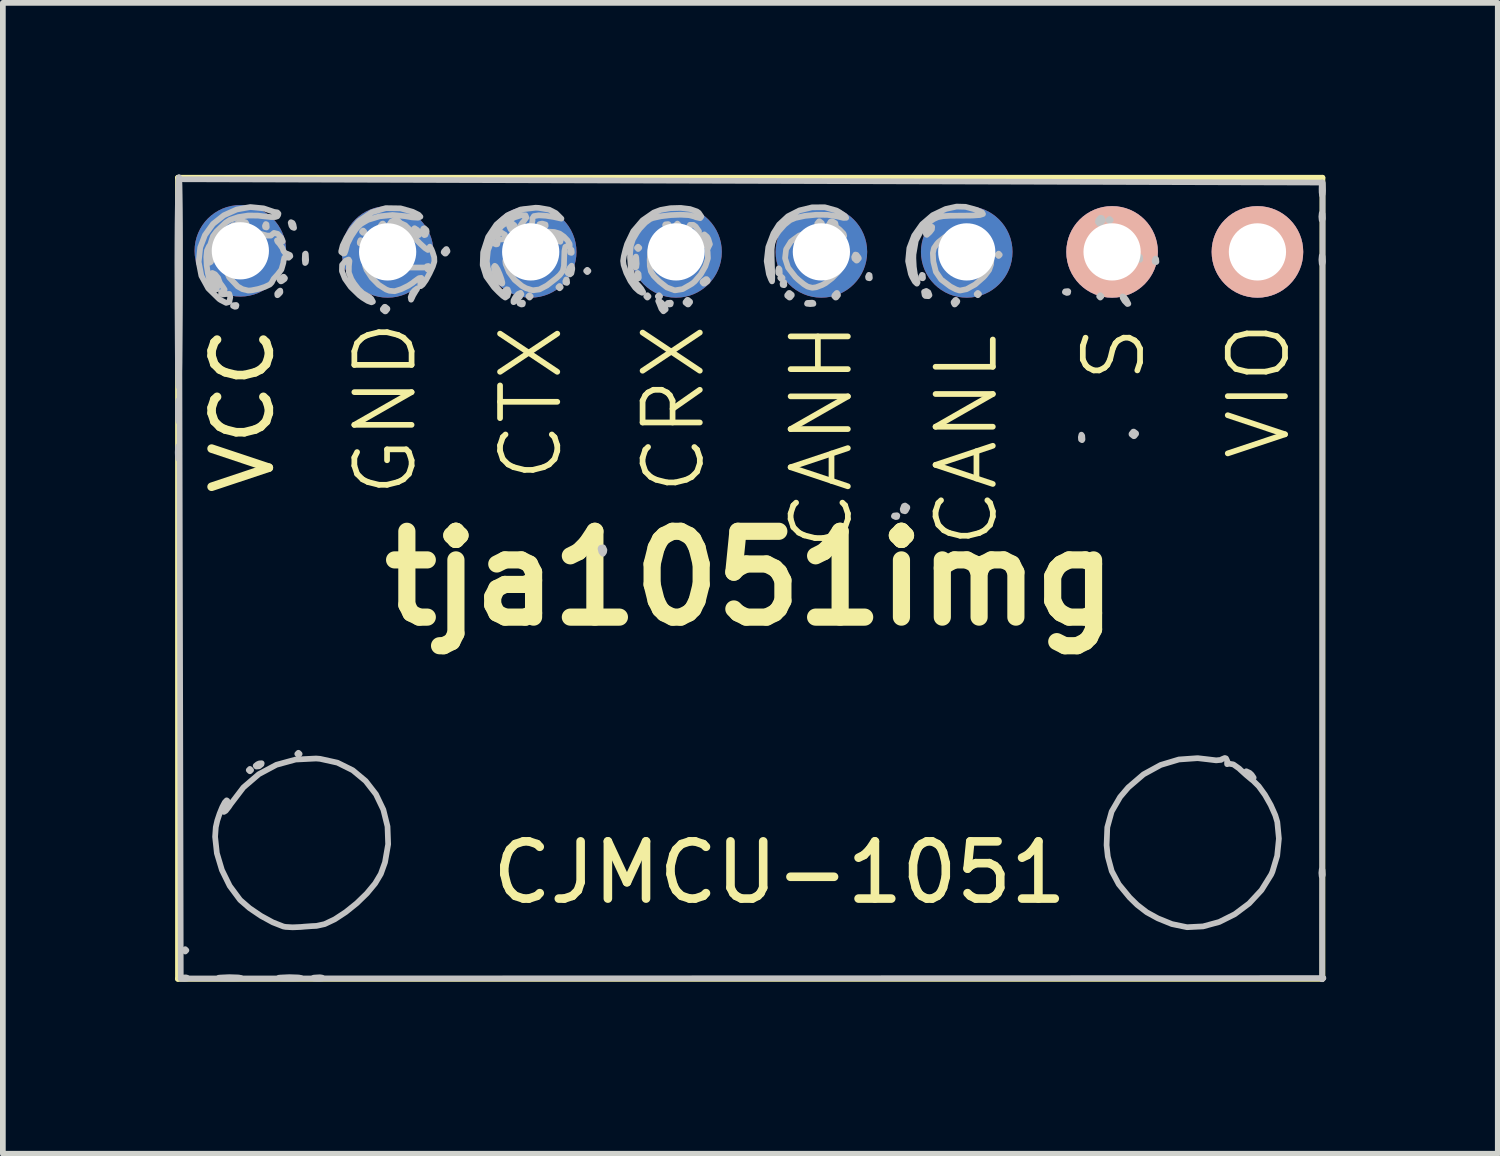
<source format=kicad_pcb>
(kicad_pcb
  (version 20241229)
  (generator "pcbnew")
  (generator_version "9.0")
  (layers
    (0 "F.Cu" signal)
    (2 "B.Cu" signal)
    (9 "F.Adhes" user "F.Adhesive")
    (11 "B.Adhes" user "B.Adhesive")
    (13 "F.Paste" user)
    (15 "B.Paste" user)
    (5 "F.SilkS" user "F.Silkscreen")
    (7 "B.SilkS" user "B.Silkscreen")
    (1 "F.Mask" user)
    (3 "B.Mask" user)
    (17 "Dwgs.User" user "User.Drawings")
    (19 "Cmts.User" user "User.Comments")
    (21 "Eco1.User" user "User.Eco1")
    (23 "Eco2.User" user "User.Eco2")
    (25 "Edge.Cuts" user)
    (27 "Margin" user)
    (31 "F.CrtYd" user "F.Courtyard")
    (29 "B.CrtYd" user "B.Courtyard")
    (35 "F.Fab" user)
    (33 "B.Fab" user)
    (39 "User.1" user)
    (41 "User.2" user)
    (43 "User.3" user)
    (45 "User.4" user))
  (footprint "tja1051img"
    (layer "F.Cu")
    (at 10.06 7.056)
    (property "Reference" "tja1051img" (at 0 0 0) (layer "F.SilkS") (effects (font (size 1.5 1.5) (thickness 0.3))))
    (attr board_only exclude_from_pos_files exclude_from_bom)
    (fp_line (start -10 -7) (end 10 -7) (stroke (width 0.1) (type default)) (layer "F.SilkS"))
    (fp_line (start -10 7) (end -10 -7) (stroke (width 0.1) (type default)) (layer "F.SilkS"))
    (fp_line (start 10 -7) (end 10 7) (stroke (width 0.1) (type default)) (layer "F.SilkS"))
    (fp_line (start 10 7) (end -10 7) (stroke (width 0.1) (type default)) (layer "F.SilkS"))
    (fp_line (start -9.951 6.993) (end -9.982 -7.006) (stroke (width 0.1) (type default)) (layer "Dwgs.User"))
    (fp_line (start 9.996 -6.916) (end -9.988 -6.974) (stroke (width 0.1) (type default)) (layer "Dwgs.User"))
    (fp_line (start 10.003 -6.916) (end 9.994 7.006) (stroke (width 0.1) (type default)) (layer "Dwgs.User"))
    (fp_line (start 10.015 6.986) (end -9.951 6.993) (stroke (width 0.1) (type default)) (layer "Dwgs.User"))
    (fp_poly (pts (xy -9.853 6.501) (xy -9.873 6.522) (xy -9.893 6.501) (xy -9.873 6.481)) (stroke (width 0.1) (type solid)) (fill no) (layer "Dwgs.User"))
    (fp_poly (pts (xy -8.722 3.352) (xy -8.743 3.372) (xy -8.763 3.352) (xy -8.743 3.331)) (stroke (width 0.1) (type solid)) (fill no) (layer "Dwgs.User"))
    (fp_poly (pts (xy -7.874 3.069) (xy -7.895 3.089) (xy -7.915 3.069) (xy -7.895 3.049)) (stroke (width 0.1) (type solid)) (fill no) (layer "Dwgs.User"))
    (fp_poly (pts (xy -6.744 -6.057) (xy -6.764 -6.037) (xy -6.784 -6.057) (xy -6.764 -6.077)) (stroke (width 0.1) (type solid)) (fill no) (layer "Dwgs.User"))
    (fp_poly (pts (xy -3.836 -4.927) (xy -3.856 -4.906) (xy -3.877 -4.927) (xy -3.856 -4.947)) (stroke (width 0.1) (type solid)) (fill no) (layer "Dwgs.User"))
    (fp_poly (pts (xy -3.311 -5.088) (xy -3.331 -5.068) (xy -3.352 -5.088) (xy -3.331 -5.108)) (stroke (width 0.1) (type solid)) (fill no) (layer "Dwgs.User"))
    (fp_poly (pts (xy -2.827 -5.371) (xy -2.847 -5.351) (xy -2.867 -5.371) (xy -2.847 -5.391)) (stroke (width 0.1) (type solid)) (fill no) (layer "Dwgs.User"))
    (fp_poly (pts (xy -1.938 -5.775) (xy -1.959 -5.754) (xy -1.979 -5.775) (xy -1.959 -5.795)) (stroke (width 0.1) (type solid)) (fill no) (layer "Dwgs.User"))
    (fp_poly (pts (xy -1.777 -4.927) (xy -1.797 -4.906) (xy -1.817 -4.927) (xy -1.797 -4.947)) (stroke (width 0.1) (type solid)) (fill no) (layer "Dwgs.User"))
    (fp_poly (pts (xy -1.575 -4.927) (xy -1.595 -4.906) (xy -1.615 -4.927) (xy -1.595 -4.947)) (stroke (width 0.1) (type solid)) (fill no) (layer "Dwgs.User"))
    (fp_poly (pts (xy -1.252 -6.178) (xy -1.272 -6.158) (xy -1.292 -6.178) (xy -1.272 -6.199)) (stroke (width 0.1) (type solid)) (fill no) (layer "Dwgs.User"))
    (fp_poly (pts (xy 0.565 -5.25) (xy 0.545 -5.229) (xy 0.525 -5.25) (xy 0.545 -5.27)) (stroke (width 0.1) (type solid)) (fill no) (layer "Dwgs.User"))
    (fp_poly (pts (xy 3.998 -4.967) (xy 3.978 -4.947) (xy 3.957 -4.967) (xy 3.978 -4.987)) (stroke (width 0.1) (type solid)) (fill no) (layer "Dwgs.User"))
    (fp_poly (pts (xy 4.361 -5.653) (xy 4.341 -5.633) (xy 4.321 -5.653) (xy 4.341 -5.674)) (stroke (width 0.1) (type solid)) (fill no) (layer "Dwgs.User"))
    (fp_poly (pts (xy 6.138 -4.927) (xy 6.118 -4.906) (xy 6.098 -4.927) (xy 6.118 -4.947)) (stroke (width 0.1) (type solid)) (fill no) (layer "Dwgs.User"))
    (fp_poly (pts (xy 6.3 -6.259) (xy 6.279 -6.239) (xy 6.259 -6.259) (xy 6.279 -6.279)) (stroke (width 0.1) (type solid)) (fill no) (layer "Dwgs.User"))
    (fp_poly (pts (xy 10.015 6.986) (xy 9.994 7.006) (xy 9.974 6.986) (xy 9.994 6.966)) (stroke (width 0.1) (type solid)) (fill no) (layer "Dwgs.User"))
    (fp_poly (pts (xy -9.843 6.979) (xy -9.838 6.994) (xy -9.893 7) (xy -9.951 6.993) (xy -9.944 6.979) (xy -9.861 6.974)) (stroke (width 0.1) (type solid)) (fill no) (layer "Dwgs.User"))
    (fp_poly (pts (xy -8.978 -4.772) (xy -8.984 -4.748) (xy -9.005 -4.745) (xy -9.038 -4.76) (xy -9.032 -4.772) (xy -8.984 -4.777)) (stroke (width 0.1) (type solid)) (fill no) (layer "Dwgs.User"))
    (fp_poly (pts (xy -8.453 -6.185) (xy -8.448 -6.137) (xy -8.453 -6.131) (xy -8.477 -6.137) (xy -8.48 -6.158) (xy -8.465 -6.191)) (stroke (width 0.1) (type solid)) (fill no) (layer "Dwgs.User"))
    (fp_poly (pts (xy -6.798 -5.902) (xy -6.793 -5.855) (xy -6.798 -5.849) (xy -6.822 -5.854) (xy -6.824 -5.876) (xy -6.81 -5.909)) (stroke (width 0.1) (type solid)) (fill no) (layer "Dwgs.User"))
    (fp_poly (pts (xy -4.415 -5.862) (xy -4.421 -5.838) (xy -4.442 -5.835) (xy -4.475 -5.85) (xy -4.469 -5.862) (xy -4.421 -5.867)) (stroke (width 0.1) (type solid)) (fill no) (layer "Dwgs.User"))
    (fp_poly (pts (xy -3.971 -4.812) (xy -3.976 -4.788) (xy -3.998 -4.785) (xy -4.031 -4.8) (xy -4.025 -4.812) (xy -3.977 -4.817)) (stroke (width 0.1) (type solid)) (fill no) (layer "Dwgs.User"))
    (fp_poly (pts (xy -3.204 -5.216) (xy -3.199 -5.168) (xy -3.204 -5.162) (xy -3.228 -5.168) (xy -3.231 -5.189) (xy -3.216 -5.222)) (stroke (width 0.1) (type solid)) (fill no) (layer "Dwgs.User"))
    (fp_poly (pts (xy -3.123 -5.741) (xy -3.118 -5.693) (xy -3.123 -5.687) (xy -3.147 -5.693) (xy -3.15 -5.714) (xy -3.135 -5.747)) (stroke (width 0.1) (type solid)) (fill no) (layer "Dwgs.User"))
    (fp_poly (pts (xy -1.951 -5.318) (xy -1.946 -5.255) (xy -1.954 -5.24) (xy -1.973 -5.252) (xy -1.976 -5.293) (xy -1.966 -5.336)) (stroke (width 0.1) (type solid)) (fill no) (layer "Dwgs.User"))
    (fp_poly (pts (xy -1.427 -6.185) (xy -1.432 -6.161) (xy -1.454 -6.158) (xy -1.487 -6.173) (xy -1.481 -6.185) (xy -1.433 -6.19)) (stroke (width 0.1) (type solid)) (fill no) (layer "Dwgs.User"))
    (fp_poly (pts (xy -1.386 -4.812) (xy -1.392 -4.788) (xy -1.413 -4.785) (xy -1.447 -4.8) (xy -1.44 -4.812) (xy -1.392 -4.817)) (stroke (width 0.1) (type solid)) (fill no) (layer "Dwgs.User"))
    (fp_poly (pts (xy 0.512 -5.399) (xy 0.517 -5.335) (xy 0.509 -5.321) (xy 0.491 -5.333) (xy 0.488 -5.374) (xy 0.498 -5.417)) (stroke (width 0.1) (type solid)) (fill no) (layer "Dwgs.User"))
    (fp_poly (pts (xy 0.592 -5.176) (xy 0.597 -5.128) (xy 0.592 -5.122) (xy 0.568 -5.127) (xy 0.565 -5.149) (xy 0.58 -5.182)) (stroke (width 0.1) (type solid)) (fill no) (layer "Dwgs.User"))
    (fp_poly (pts (xy 1.1 -4.812) (xy 1.105 -4.797) (xy 1.05 -4.792) (xy 0.993 -4.798) (xy 0.999 -4.812) (xy 1.082 -4.817)) (stroke (width 0.1) (type solid)) (fill no) (layer "Dwgs.User"))
    (fp_poly (pts (xy 2.086 -5.297) (xy 2.091 -5.249) (xy 2.086 -5.243) (xy 2.062 -5.248) (xy 2.059 -5.27) (xy 2.074 -5.303)) (stroke (width 0.1) (type solid)) (fill no) (layer "Dwgs.User"))
    (fp_poly (pts (xy 2.571 -1.097) (xy 2.565 -1.073) (xy 2.544 -1.07) (xy 2.511 -1.085) (xy 2.517 -1.097) (xy 2.565 -1.102)) (stroke (width 0.1) (type solid)) (fill no) (layer "Dwgs.User"))
    (fp_poly (pts (xy 3.015 -5.297) (xy 3.02 -5.249) (xy 3.015 -5.243) (xy 2.991 -5.248) (xy 2.988 -5.27) (xy 3.003 -5.303)) (stroke (width 0.1) (type solid)) (fill no) (layer "Dwgs.User"))
    (fp_poly (pts (xy 5.559 -5.014) (xy 5.554 -4.99) (xy 5.532 -4.987) (xy 5.499 -5.002) (xy 5.505 -5.014) (xy 5.553 -5.019)) (stroke (width 0.1) (type solid)) (fill no) (layer "Dwgs.User"))
    (fp_poly (pts (xy 5.802 -2.491) (xy 5.807 -2.428) (xy 5.799 -2.414) (xy 5.781 -2.426) (xy 5.778 -2.467) (xy 5.788 -2.51)) (stroke (width 0.1) (type solid)) (fill no) (layer "Dwgs.User"))
    (fp_poly (pts (xy 6.811 -5.62) (xy 6.816 -5.572) (xy 6.811 -5.566) (xy 6.787 -5.571) (xy 6.784 -5.593) (xy 6.799 -5.626)) (stroke (width 0.1) (type solid)) (fill no) (layer "Dwgs.User"))
    (fp_poly (pts (xy 7.094 -5.579) (xy 7.099 -5.531) (xy 7.094 -5.526) (xy 7.07 -5.531) (xy 7.067 -5.552) (xy 7.082 -5.586)) (stroke (width 0.1) (type solid)) (fill no) (layer "Dwgs.User"))
    (fp_poly (pts (xy 10.001 -6.37) (xy 10.006 -6.288) (xy 10.001 -6.269) (xy 9.986 -6.264) (xy 9.981 -6.32) (xy 9.987 -6.377)) (stroke (width 0.1) (type solid)) (fill no) (layer "Dwgs.User"))
    (fp_poly (pts (xy 10.001 5.098) (xy 10.006 5.181) (xy 10.001 5.199) (xy 9.986 5.204) (xy 9.981 5.149) (xy 9.987 5.091)) (stroke (width 0.1) (type solid)) (fill no) (layer "Dwgs.User"))
    (fp_poly (pts (xy -8.541 3.251) (xy -8.584 3.285) (xy -8.63 3.29) (xy -8.642 3.275) (xy -8.61 3.249) (xy -8.579 3.235) (xy -8.537 3.232)) (stroke (width 0.1) (type solid)) (fill no) (layer "Dwgs.User"))
    (fp_poly (pts (xy -7.997 -6.21) (xy -7.982 -6.18) (xy -7.971 -6.123) (xy -7.998 -6.134) (xy -8.017 -6.161) (xy -8.03 -6.214) (xy -8.025 -6.223)) (stroke (width 0.1) (type solid)) (fill no) (layer "Dwgs.User"))
    (fp_poly (pts (xy -2.548 -0.496) (xy -2.553 -0.459) (xy -2.575 -0.428) (xy -2.601 -0.459) (xy -2.616 -0.518) (xy -2.609 -0.534) (xy -2.569 -0.541)) (stroke (width 0.1) (type solid)) (fill no) (layer "Dwgs.User"))
    (fp_poly (pts (xy 3.114 -4.999) (xy 3.133 -4.948) (xy 3.116 -4.93) (xy 3.061 -4.934) (xy 3.048 -4.949) (xy 3.038 -5.006) (xy 3.077 -5.022)) (stroke (width 0.1) (type solid)) (fill no) (layer "Dwgs.User"))
    (fp_poly (pts (xy 6.143 -6.297) (xy 6.161 -6.252) (xy 6.129 -6.208) (xy 6.096 -6.199) (xy 6.076 -6.228) (xy 6.083 -6.259) (xy 6.121 -6.3)) (stroke (width 0.1) (type solid)) (fill no) (layer "Dwgs.User"))
    (fp_poly (pts (xy 6.539 -4.91) (xy 6.574 -4.864) (xy 6.608 -4.798) (xy 6.593 -4.793) (xy 6.541 -4.847) (xy 6.507 -4.905) (xy 6.507 -4.926)) (stroke (width 0.1) (type solid)) (fill no) (layer "Dwgs.User"))
    (fp_poly (pts (xy 8.729 3.4) (xy 8.763 3.432) (xy 8.798 3.484) (xy 8.775 3.48) (xy 8.705 3.431) (xy 8.661 3.387) (xy 8.669 3.372)) (stroke (width 0.1) (type solid)) (fill no) (layer "Dwgs.User"))
    (fp_poly (pts (xy -9.986 -2.292) (xy -9.979 -2.174) (xy -9.986 -2.11) (xy -9.996 -2.091) (xy -10.002 -2.142) (xy -10.004 -2.201) (xy -10 -2.288) (xy -9.992 -2.312)) (stroke (width 0.1) (type solid)) (fill no) (layer "Dwgs.User"))
    (fp_poly (pts (xy -9.217 -6.021) (xy -9.205 -6.011) (xy -9.19 -5.958) (xy -9.222 -5.92) (xy -9.28 -5.893) (xy -9.309 -5.917) (xy -9.314 -5.979) (xy -9.274 -6.022)) (stroke (width 0.1) (type solid)) (fill no) (layer "Dwgs.User"))
    (fp_poly (pts (xy -9.006 -6.165) (xy -9.019 -6.099) (xy -9.072 -6.045) (xy -9.104 -6.037) (xy -9.142 -6.046) (xy -9.124 -6.084) (xy -9.098 -6.117) (xy -9.035 -6.173)) (stroke (width 0.1) (type solid)) (fill no) (layer "Dwgs.User"))
    (fp_poly (pts (xy -8.818 -6.222) (xy -8.803 -6.199) (xy -8.837 -6.166) (xy -8.884 -6.158) (xy -8.95 -6.175) (xy -8.965 -6.199) (xy -8.931 -6.231) (xy -8.884 -6.239)) (stroke (width 0.1) (type solid)) (fill no) (layer "Dwgs.User"))
    (fp_poly (pts (xy -8.21 -5.001) (xy -8.218 -4.987) (xy -8.256 -4.949) (xy -8.263 -4.947) (xy -8.266 -4.973) (xy -8.258 -4.987) (xy -8.22 -5.026) (xy -8.213 -5.028)) (stroke (width 0.1) (type solid)) (fill no) (layer "Dwgs.User"))
    (fp_poly (pts (xy -8.13 -5.245) (xy -8.137 -5.229) (xy -8.19 -5.191) (xy -8.202 -5.189) (xy -8.224 -5.214) (xy -8.218 -5.229) (xy -8.164 -5.268) (xy -8.152 -5.27)) (stroke (width 0.1) (type solid)) (fill no) (layer "Dwgs.User"))
    (fp_poly (pts (xy -7.766 -5.664) (xy -7.76 -5.561) (xy -7.766 -5.522) (xy -7.778 -5.51) (xy -7.784 -5.565) (xy -7.784 -5.593) (xy -7.78 -5.666) (xy -7.77 -5.675)) (stroke (width 0.1) (type solid)) (fill no) (layer "Dwgs.User"))
    (fp_poly (pts (xy -7.481 6.978) (xy -7.468 6.99) (xy -7.524 6.996) (xy -7.551 6.997) (xy -7.625 6.993) (xy -7.633 6.982) (xy -7.622 6.978) (xy -7.52 6.972)) (stroke (width 0.1) (type solid)) (fill no) (layer "Dwgs.User"))
    (fp_poly (pts (xy -6.394 -6.174) (xy -6.4 -6.158) (xy -6.437 -6.12) (xy -6.443 -6.118) (xy -6.461 -6.149) (xy -6.461 -6.158) (xy -6.43 -6.197) (xy -6.418 -6.199)) (stroke (width 0.1) (type solid)) (fill no) (layer "Dwgs.User"))
    (fp_poly (pts (xy -6.341 -4.714) (xy -6.34 -4.704) (xy -6.371 -4.665) (xy -6.38 -4.664) (xy -6.419 -4.695) (xy -6.421 -4.704) (xy -6.39 -4.744) (xy -6.38 -4.745)) (stroke (width 0.1) (type solid)) (fill no) (layer "Dwgs.User"))
    (fp_poly (pts (xy -5.816 -6.086) (xy -5.8 -6.057) (xy -5.787 -6.005) (xy -5.791 -5.997) (xy -5.825 -6.023) (xy -5.855 -6.057) (xy -5.88 -6.106) (xy -5.865 -6.118)) (stroke (width 0.1) (type solid)) (fill no) (layer "Dwgs.User"))
    (fp_poly (pts (xy -5.658 -6.085) (xy -5.653 -6.057) (xy -5.675 -6.003) (xy -5.694 -5.997) (xy -5.73 -6.029) (xy -5.734 -6.057) (xy -5.712 -6.111) (xy -5.694 -6.118)) (stroke (width 0.1) (type solid)) (fill no) (layer "Dwgs.User"))
    (fp_poly (pts (xy -5.29 -5.723) (xy -5.29 -5.714) (xy -5.321 -5.675) (xy -5.333 -5.674) (xy -5.357 -5.698) (xy -5.351 -5.714) (xy -5.314 -5.753) (xy -5.308 -5.754)) (stroke (width 0.1) (type solid)) (fill no) (layer "Dwgs.User"))
    (fp_poly (pts (xy -4.287 -6.005) (xy -4.28 -5.976) (xy -4.311 -5.926) (xy -4.374 -5.919) (xy -4.414 -5.942) (xy -4.423 -5.991) (xy -4.377 -6.03) (xy -4.339 -6.037)) (stroke (width 0.1) (type solid)) (fill no) (layer "Dwgs.User"))
    (fp_poly (pts (xy -4.119 -6.168) (xy -4.098 -6.106) (xy -4.111 -6.063) (xy -4.158 -6.073) (xy -4.187 -6.098) (xy -4.214 -6.16) (xy -4.176 -6.197) (xy -4.157 -6.199)) (stroke (width 0.1) (type solid)) (fill no) (layer "Dwgs.User"))
    (fp_poly (pts (xy -3.577 -6.183) (xy -3.574 -6.158) (xy -3.624 -6.119) (xy -3.634 -6.118) (xy -3.687 -6.147) (xy -3.695 -6.158) (xy -3.682 -6.19) (xy -3.634 -6.199)) (stroke (width 0.1) (type solid)) (fill no) (layer "Dwgs.User"))
    (fp_poly (pts (xy -1.991 -5.602) (xy -1.984 -5.497) (xy -1.991 -5.441) (xy -2.002 -5.432) (xy -2.008 -5.489) (xy -2.009 -5.532) (xy -2.005 -5.61) (xy -1.996 -5.622)) (stroke (width 0.1) (type solid)) (fill no) (layer "Dwgs.User"))
    (fp_poly (pts (xy -1.051 -4.835) (xy -1.05 -4.826) (xy -1.081 -4.786) (xy -1.09 -4.785) (xy -1.13 -4.816) (xy -1.131 -4.826) (xy -1.1 -4.865) (xy -1.09 -4.866)) (stroke (width 0.1) (type solid)) (fill no) (layer "Dwgs.User"))
    (fp_poly (pts (xy -0.741 -5.205) (xy -0.747 -5.189) (xy -0.801 -5.15) (xy -0.812 -5.149) (xy -0.834 -5.174) (xy -0.828 -5.189) (xy -0.774 -5.228) (xy -0.762 -5.229)) (stroke (width 0.1) (type solid)) (fill no) (layer "Dwgs.User"))
    (fp_poly (pts (xy 0.726 -4.956) (xy 0.727 -4.947) (xy 0.696 -4.908) (xy 0.686 -4.906) (xy 0.647 -4.937) (xy 0.646 -4.947) (xy 0.677 -4.986) (xy 0.686 -4.987)) (stroke (width 0.1) (type solid)) (fill no) (layer "Dwgs.User"))
    (fp_poly (pts (xy 1.251 -6.208) (xy 1.252 -6.199) (xy 1.221 -6.159) (xy 1.211 -6.158) (xy 1.172 -6.189) (xy 1.171 -6.199) (xy 1.202 -6.238) (xy 1.211 -6.239)) (stroke (width 0.1) (type solid)) (fill no) (layer "Dwgs.User"))
    (fp_poly (pts (xy 1.487 -6.207) (xy 1.494 -6.178) (xy 1.462 -6.125) (xy 1.434 -6.118) (xy 1.38 -6.15) (xy 1.373 -6.178) (xy 1.405 -6.232) (xy 1.434 -6.239)) (stroke (width 0.1) (type solid)) (fill no) (layer "Dwgs.User"))
    (fp_poly (pts (xy 1.534 -4.956) (xy 1.534 -4.947) (xy 1.503 -4.908) (xy 1.492 -4.906) (xy 1.468 -4.931) (xy 1.474 -4.947) (xy 1.51 -4.985) (xy 1.517 -4.987)) (stroke (width 0.1) (type solid)) (fill no) (layer "Dwgs.User"))
    (fp_poly (pts (xy 1.858 -5.653) (xy 1.896 -5.602) (xy 1.898 -5.59) (xy 1.867 -5.554) (xy 1.858 -5.552) (xy 1.822 -5.585) (xy 1.817 -5.615) (xy 1.837 -5.657)) (stroke (width 0.1) (type solid)) (fill no) (layer "Dwgs.User"))
    (fp_poly (pts (xy 2.745 -1.243) (xy 2.746 -1.234) (xy 2.717 -1.179) (xy 2.706 -1.171) (xy 2.671 -1.18) (xy 2.665 -1.209) (xy 2.686 -1.264) (xy 2.706 -1.272)) (stroke (width 0.1) (type solid)) (fill no) (layer "Dwgs.User"))
    (fp_poly (pts (xy 3.18 -6.141) (xy 3.175 -6.097) (xy 3.137 -6.048) (xy 3.086 -6.002) (xy 3.07 -6.016) (xy 3.069 -6.046) (xy 3.092 -6.116) (xy 3.141 -6.153)) (stroke (width 0.1) (type solid)) (fill no) (layer "Dwgs.User"))
    (fp_poly (pts (xy 3.62 -4.841) (xy 3.614 -4.826) (xy 3.578 -4.787) (xy 3.571 -4.785) (xy 3.554 -4.816) (xy 3.554 -4.826) (xy 3.585 -4.864) (xy 3.596 -4.866)) (stroke (width 0.1) (type solid)) (fill no) (layer "Dwgs.User"))
    (fp_poly (pts (xy 6.743 -2.534) (xy 6.744 -2.524) (xy 6.713 -2.485) (xy 6.703 -2.483) (xy 6.664 -2.514) (xy 6.663 -2.524) (xy 6.694 -2.563) (xy 6.703 -2.564)) (stroke (width 0.1) (type solid)) (fill no) (layer "Dwgs.User"))
    (fp_poly (pts (xy 10 -5.629) (xy 10.002 -5.622) (xy 10.008 -5.534) (xy 10.001 -5.501) (xy 9.987 -5.5) (xy 9.982 -5.563) (xy 9.982 -5.573) (xy 9.988 -5.635)) (stroke (width 0.1) (type solid)) (fill no) (layer "Dwgs.User"))
    (fp_poly (pts (xy 10.003 -6.895) (xy 10.009 -6.777) (xy 10.003 -6.713) (xy 9.993 -6.694) (xy 9.986 -6.745) (xy 9.985 -6.804) (xy 9.988 -6.892) (xy 9.996 -6.916)) (stroke (width 0.1) (type solid)) (fill no) (layer "Dwgs.User"))
    (fp_poly (pts (xy -3.998 -4.964) (xy -4.025 -4.918) (xy -4.081 -4.86) (xy -4.132 -4.826) (xy -4.137 -4.826) (xy -4.137 -4.854) (xy -4.11 -4.906) (xy -4.056 -4.969) (xy -4.012 -4.988)) (stroke (width 0.1) (type solid)) (fill no) (layer "Dwgs.User"))
    (fp_poly (pts (xy -3.11 -5.423) (xy -3.11 -5.401) (xy -3.125 -5.33) (xy -3.15 -5.31) (xy -3.189 -5.333) (xy -3.19 -5.34) (xy -3.169 -5.397) (xy -3.15 -5.431) (xy -3.12 -5.463)) (stroke (width 0.1) (type solid)) (fill no) (layer "Dwgs.User"))
    (fp_poly (pts (xy -9.988 -3.1) (xy -9.985 -3.079) (xy -9.979 -2.927) (xy -9.985 -2.776) (xy -9.992 -2.741) (xy -9.998 -2.778) (xy -10.001 -2.878) (xy -10.001 -2.928) (xy -9.999 -3.049) (xy -9.995 -3.109)) (stroke (width 0.1) (type solid)) (fill no) (layer "Dwgs.User"))
    (fp_poly (pts (xy -5.825 -5.049) (xy -5.84 -5.028) (xy -5.892 -4.941) (xy -5.907 -4.906) (xy -5.926 -4.869) (xy -5.933 -4.911) (xy -5.933 -4.912) (xy -5.906 -4.988) (xy -5.865 -5.033) (xy -5.818 -5.067)) (stroke (width 0.1) (type solid)) (fill no) (layer "Dwgs.User"))
    (fp_poly (pts (xy -1.545 -4.813) (xy -1.542 -4.81) (xy -1.487 -4.745) (xy -1.477 -4.699) (xy -1.517 -4.666) (xy -1.553 -4.711) (xy -1.562 -4.735) (xy -1.595 -4.817) (xy -1.608 -4.846) (xy -1.598 -4.852)) (stroke (width 0.1) (type solid)) (fill no) (layer "Dwgs.User"))
    (fp_poly (pts (xy -8.954 6.975) (xy -8.933 6.977) (xy -8.9 6.984) (xy -8.939 6.989) (xy -9.041 6.992) (xy -9.106 6.992) (xy -9.231 6.991) (xy -9.293 6.986) (xy -9.286 6.98) (xy -9.256 6.977) (xy -9.104 6.97)) (stroke (width 0.1) (type solid)) (fill no) (layer "Dwgs.User"))
    (fp_poly (pts (xy -7.904 6.975) (xy -7.883 6.977) (xy -7.85 6.984) (xy -7.889 6.989) (xy -7.992 6.992) (xy -8.056 6.992) (xy -8.181 6.991) (xy -8.244 6.986) (xy -8.236 6.98) (xy -8.206 6.977) (xy -8.054 6.97)) (stroke (width 0.1) (type solid)) (fill no) (layer "Dwgs.User"))
    (fp_poly (pts (xy -9.34 -5.803) (xy -9.346 -5.754) (xy -9.377 -5.643) (xy -9.391 -5.593) (xy -9.427 -5.527) (xy -9.455 -5.512) (xy -9.479 -5.543) (xy -9.475 -5.583) (xy -9.448 -5.68) (xy -9.43 -5.744) (xy -9.394 -5.815) (xy -9.363 -5.835)) (stroke (width 0.1) (type solid)) (fill no) (layer "Dwgs.User"))
    (fp_poly (pts (xy -4.447 -5.449) (xy -4.416 -5.4) (xy -4.379 -5.317) (xy -4.347 -5.228) (xy -4.33 -5.164) (xy -4.334 -5.149) (xy -4.369 -5.168) (xy -4.391 -5.182) (xy -4.432 -5.24) (xy -4.464 -5.341) (xy -4.467 -5.353) (xy -4.478 -5.441) (xy -4.464 -5.461)) (stroke (width 0.1) (type solid)) (fill no) (layer "Dwgs.User"))
    (fp_poly (pts (xy -7.003 -5.545) (xy -7.013 -5.457) (xy -7.014 -5.344) (xy -6.97 -5.229) (xy -6.925 -5.156) (xy -6.846 -5.053) (xy -6.771 -4.982) (xy -6.743 -4.967) (xy -6.653 -4.915) (xy -6.621 -4.885) (xy -6.593 -4.834) (xy -6.619 -4.823) (xy -6.684 -4.847) (xy -6.774 -4.903) (xy -6.832 -4.947) (xy -6.98 -5.091) (xy -7.082 -5.235) (xy -7.135 -5.368) (xy -7.132 -5.477) (xy -7.07 -5.55) (xy -7.069 -5.551) (xy -7.018 -5.571)) (stroke (width 0.1) (type solid)) (fill no) (layer "Dwgs.User"))
    (fp_poly (pts (xy -6.111 -6.465) (xy -5.899 -6.405) (xy -5.794 -6.353) (xy -5.763 -6.318) (xy -5.802 -6.301) (xy -5.906 -6.307) (xy -6.027 -6.328) (xy -6.251 -6.349) (xy -6.479 -6.325) (xy -6.682 -6.263) (xy -6.803 -6.192) (xy -6.89 -6.101) (xy -6.974 -5.975) (xy -7.039 -5.845) (xy -7.067 -5.741) (xy -7.067 -5.736) (xy -7.088 -5.681) (xy -7.107 -5.674) (xy -7.146 -5.702) (xy -7.148 -5.711) (xy -7.122 -5.815) (xy -7.056 -5.952) (xy -6.965 -6.094) (xy -6.863 -6.217) (xy -6.833 -6.247) (xy -6.612 -6.396) (xy -6.369 -6.469)) (stroke (width 0.1) (type solid)) (fill no) (layer "Dwgs.User"))
    (fp_poly (pts (xy -9.977 -6.967) (xy -9.973 -6.858) (xy -9.97 -6.687) (xy -9.967 -6.465) (xy -9.965 -6.201) (xy -9.964 -5.905) (xy -9.964 -5.587) (xy -9.964 -5.257) (xy -9.965 -4.925) (xy -9.967 -4.6) (xy -9.97 -4.292) (xy -9.973 -4.012) (xy -9.976 -3.767) (xy -9.98 -3.57) (xy -9.985 -3.429) (xy -9.991 -3.353) (xy -9.991 -3.352) (xy -9.994 -3.374) (xy -9.996 -3.47) (xy -9.999 -3.631) (xy -10.002 -3.851) (xy -10.004 -4.121) (xy -10.006 -4.435) (xy -10.008 -4.784) (xy -10.009 -5.139) (xy -10.01 -5.518) (xy -10.009 -5.872) (xy -10.007 -6.192) (xy -10.003 -6.47) (xy -9.999 -6.699) (xy -9.994 -6.869) (xy -9.988 -6.974) (xy -9.982 -7.006)) (stroke (width 0.1) (type solid)) (fill no) (layer "Dwgs.User"))
    (fp_poly (pts (xy 3.762 -6.492) (xy 3.937 -6.444) (xy 3.967 -6.433) (xy 4.052 -6.394) (xy 4.068 -6.366) (xy 4.013 -6.348) (xy 3.883 -6.339) (xy 3.685 -6.337) (xy 3.496 -6.336) (xy 3.367 -6.328) (xy 3.277 -6.31) (xy 3.206 -6.277) (xy 3.163 -6.248) (xy 2.995 -6.091) (xy 2.894 -5.899) (xy 2.853 -5.661) (xy 2.851 -5.595) (xy 2.859 -5.442) (xy 2.878 -5.311) (xy 2.901 -5.24) (xy 2.925 -5.173) (xy 2.913 -5.149) (xy 2.877 -5.183) (xy 2.829 -5.269) (xy 2.808 -5.319) (xy 2.759 -5.542) (xy 2.781 -5.771) (xy 2.865 -5.99) (xy 3.004 -6.187) (xy 3.189 -6.346) (xy 3.412 -6.452) (xy 3.428 -6.457) (xy 3.607 -6.496)) (stroke (width 0.1) (type solid)) (fill no) (layer "Dwgs.User"))
    (fp_poly (pts (xy 1.505 -6.428) (xy 1.554 -6.401) (xy 1.653 -6.334) (xy 1.678 -6.3) (xy 1.63 -6.298) (xy 1.512 -6.326) (xy 1.35 -6.351) (xy 1.155 -6.353) (xy 0.958 -6.334) (xy 0.788 -6.297) (xy 0.698 -6.259) (xy 0.6 -6.18) (xy 0.5 -6.067) (xy 0.47 -6.024) (xy 0.417 -5.935) (xy 0.387 -5.852) (xy 0.374 -5.751) (xy 0.375 -5.606) (xy 0.378 -5.525) (xy 0.383 -5.372) (xy 0.385 -5.255) (xy 0.383 -5.194) (xy 0.381 -5.189) (xy 0.363 -5.223) (xy 0.331 -5.305) (xy 0.327 -5.316) (xy 0.288 -5.543) (xy 0.316 -5.788) (xy 0.407 -6.029) (xy 0.504 -6.182) (xy 0.66 -6.327) (xy 0.86 -6.429) (xy 1.082 -6.483) (xy 1.304 -6.484)) (stroke (width 0.1) (type solid)) (fill no) (layer "Dwgs.User"))
    (fp_poly (pts (xy 3.999 -6.044) (xy 4.048 -6.03) (xy 4.049 -6.021) (xy 4.061 -5.975) (xy 4.123 -5.913) (xy 4.123 -5.913) (xy 4.182 -5.855) (xy 4.21 -5.778) (xy 4.218 -5.654) (xy 4.218 -5.625) (xy 4.209 -5.486) (xy 4.175 -5.387) (xy 4.101 -5.289) (xy 4.076 -5.262) (xy 3.931 -5.135) (xy 3.78 -5.052) (xy 3.662 -5.028) (xy 3.597 -5.048) (xy 3.504 -5.096) (xy 3.493 -5.103) (xy 3.337 -5.221) (xy 3.245 -5.355) (xy 3.202 -5.527) (xy 3.199 -5.554) (xy 3.192 -5.684) (xy 3.211 -5.77) (xy 3.264 -5.846) (xy 3.291 -5.876) (xy 3.396 -5.96) (xy 3.507 -6.015) (xy 3.522 -6.019) (xy 3.64 -6.037) (xy 3.773 -6.048) (xy 3.9 -6.05)) (stroke (width 0.1) (type solid)) (fill no) (layer "Dwgs.User"))
    (fp_poly (pts (xy -3.423 -6.052) (xy -3.331 -6.025) (xy -3.255 -5.971) (xy -3.192 -5.905) (xy -3.155 -5.843) (xy -3.154 -5.804) (xy -3.199 -5.805) (xy -3.2 -5.805) (xy -3.231 -5.792) (xy -3.247 -5.718) (xy -3.251 -5.593) (xy -3.255 -5.457) (xy -3.276 -5.369) (xy -3.327 -5.301) (xy -3.388 -5.245) (xy -3.552 -5.117) (xy -3.683 -5.048) (xy -3.799 -5.033) (xy -3.918 -5.069) (xy -3.988 -5.108) (xy -4.115 -5.214) (xy -4.216 -5.351) (xy -4.274 -5.491) (xy -4.28 -5.544) (xy -4.246 -5.697) (xy -4.152 -5.849) (xy -4.037 -5.957) (xy -3.918 -6.011) (xy -3.879 -6.019) (xy -3.465 -6.019) (xy -3.416 -5.962) (xy -3.349 -5.892) (xy -3.318 -5.881) (xy -3.311 -5.914) (xy -3.343 -5.961) (xy -3.402 -6.001) (xy -3.464 -6.032) (xy -3.465 -6.019) (xy -3.879 -6.019) (xy -3.755 -6.047) (xy -3.58 -6.061)) (stroke (width 0.1) (type solid)) (fill no) (layer "Dwgs.User"))
    (fp_poly (pts (xy -1.052 -6.453) (xy -0.931 -6.411) (xy -0.898 -6.387) (xy -0.854 -6.322) (xy -0.875 -6.293) (xy -0.949 -6.31) (xy -0.972 -6.321) (xy -1.068 -6.346) (xy -1.217 -6.354) (xy -1.389 -6.347) (xy -1.559 -6.327) (xy -1.7 -6.296) (xy -1.747 -6.278) (xy -1.834 -6.214) (xy -1.932 -6.109) (xy -1.979 -6.044) (xy -2.05 -5.923) (xy -2.086 -5.812) (xy -2.099 -5.671) (xy -2.1 -5.603) (xy -2.084 -5.386) (xy -2.039 -5.228) (xy -1.983 -5.149) (xy -1.94 -5.103) (xy -1.903 -5.058) (xy -1.871 -5.002) (xy -1.89 -4.99) (xy -1.943 -5.018) (xy -2.01 -5.079) (xy -2.092 -5.193) (xy -2.165 -5.338) (xy -2.212 -5.478) (xy -2.221 -5.547) (xy -2.209 -5.627) (xy -2.178 -5.751) (xy -2.151 -5.841) (xy -2.043 -6.066) (xy -1.881 -6.256) (xy -1.685 -6.392) (xy -1.564 -6.438) (xy -1.394 -6.468) (xy -1.215 -6.473)) (stroke (width 0.1) (type solid)) (fill no) (layer "Dwgs.User"))
    (fp_poly (pts (xy -8.604 -6.036) (xy -8.559 -6.021) (xy -8.443 -5.989) (xy -8.375 -5.989) (xy -8.366 -5.998) (xy -8.322 -6.036) (xy -8.256 -6.019) (xy -8.196 -5.953) (xy -8.194 -5.95) (xy -8.167 -5.889) (xy -8.191 -5.881) (xy -8.221 -5.891) (xy -8.27 -5.907) (xy -8.261 -5.884) (xy -8.225 -5.844) (xy -8.173 -5.768) (xy -8.157 -5.721) (xy -8.124 -5.679) (xy -8.097 -5.674) (xy -8.043 -5.65) (xy -8.036 -5.629) (xy -8.065 -5.602) (xy -8.097 -5.607) (xy -8.141 -5.603) (xy -8.157 -5.535) (xy -8.157 -5.518) (xy -8.192 -5.396) (xy -8.258 -5.31) (xy -8.327 -5.234) (xy -8.359 -5.175) (xy -8.359 -5.172) (xy -8.394 -5.134) (xy -8.483 -5.092) (xy -8.6 -5.055) (xy -8.717 -5.032) (xy -8.772 -5.028) (xy -8.873 -5.053) (xy -8.956 -5.1) (xy -9.105 -5.258) (xy -9.19 -5.448) (xy -9.207 -5.577) (xy -9.175 -5.756) (xy -9.075 -5.898) (xy -8.903 -6.008) (xy -8.895 -6.012) (xy -8.79 -6.053) (xy -8.707 -6.061)) (stroke (width 0.1) (type solid)) (fill no) (layer "Dwgs.User"))
    (fp_poly (pts (xy 8.315 3.147) (xy 8.34 3.2) (xy 8.333 3.22) (xy 8.334 3.248) (xy 8.369 3.24) (xy 8.443 3.252) (xy 8.546 3.325) (xy 8.567 3.346) (xy 8.67 3.439) (xy 8.763 3.517) (xy 8.787 3.535) (xy 8.887 3.634) (xy 8.996 3.785) (xy 9.097 3.963) (xy 9.176 4.141) (xy 9.211 4.258) (xy 9.239 4.549) (xy 9.209 4.85) (xy 9.126 5.127) (xy 9.104 5.177) (xy 8.935 5.449) (xy 8.719 5.682) (xy 8.468 5.87) (xy 8.196 6.006) (xy 7.913 6.083) (xy 7.633 6.097) (xy 7.369 6.042) (xy 7.123 5.942) (xy 6.93 5.836) (xy 6.763 5.707) (xy 6.63 5.577) (xy 6.441 5.347) (xy 6.318 5.117) (xy 6.249 4.862) (xy 6.228 4.664) (xy 6.24 4.352) (xy 6.316 4.077) (xy 6.464 3.822) (xy 6.606 3.655) (xy 6.873 3.426) (xy 7.173 3.262) (xy 7.492 3.166) (xy 7.819 3.143) (xy 7.985 3.162) (xy 8.142 3.181) (xy 8.228 3.173) (xy 8.243 3.161) (xy 8.294 3.14)) (stroke (width 0.1) (type solid)) (fill no) (layer "Dwgs.User"))
    (fp_poly (pts (xy -7.516 3.155) (xy -7.213 3.222) (xy -6.946 3.354) (xy -6.72 3.542) (xy -6.54 3.774) (xy -6.411 4.043) (xy -6.338 4.337) (xy -6.327 4.647) (xy -6.382 4.963) (xy -6.455 5.166) (xy -6.554 5.332) (xy -6.699 5.507) (xy -6.875 5.678) (xy -7.068 5.833) (xy -7.26 5.959) (xy -7.437 6.043) (xy -7.578 6.074) (xy -7.661 6.078) (xy -7.787 6.087) (xy -7.854 6.093) (xy -7.995 6.099) (xy -8.118 6.092) (xy -8.157 6.085) (xy -8.343 6.012) (xy -8.55 5.899) (xy -8.749 5.764) (xy -8.907 5.627) (xy -8.919 5.614) (xy -9.096 5.375) (xy -9.232 5.098) (xy -9.32 4.804) (xy -9.351 4.517) (xy -9.339 4.349) (xy -9.313 4.234) (xy -9.272 4.111) (xy -9.226 3.999) (xy -9.182 3.915) (xy -9.149 3.88) (xy -9.138 3.888) (xy -9.145 3.96) (xy -9.169 4) (xy -9.2 4.059) (xy -9.197 4.082) (xy -9.166 4.064) (xy -9.111 3.994) (xy -9.081 3.949) (xy -8.856 3.654) (xy -8.587 3.423) (xy -8.28 3.259) (xy -7.944 3.167) (xy -7.586 3.149)) (stroke (width 0.1) (type solid)) (fill no) (layer "Dwgs.User"))
    (fp_poly (pts (xy -3.691 -6.473) (xy -3.513 -6.442) (xy -3.398 -6.383) (xy -3.384 -6.37) (xy -3.299 -6.285) (xy -3.436 -6.315) (xy -3.572 -6.336) (xy -3.695 -6.343) (xy -3.78 -6.33) (xy -3.806 -6.288) (xy -3.804 -6.254) (xy -3.818 -6.182) (xy -3.894 -6.142) (xy -3.9 -6.141) (xy -3.997 -6.126) (xy -4.024 -6.15) (xy -3.981 -6.215) (xy -3.96 -6.237) (xy -3.911 -6.306) (xy -3.927 -6.344) (xy -3.998 -6.346) (xy -4.113 -6.309) (xy -4.138 -6.298) (xy -4.343 -6.157) (xy -4.494 -5.964) (xy -4.583 -5.731) (xy -4.603 -5.54) (xy -4.588 -5.431) (xy -4.547 -5.308) (xy -4.49 -5.188) (xy -4.427 -5.084) (xy -4.365 -5.013) (xy -4.316 -4.991) (xy -4.291 -5.018) (xy -4.255 -5.051) (xy -4.238 -5.047) (xy -4.221 -4.998) (xy -4.24 -4.935) (xy -4.28 -4.906) (xy -4.321 -4.934) (xy -4.398 -5.005) (xy -4.475 -5.084) (xy -4.613 -5.275) (xy -4.675 -5.473) (xy -4.667 -5.694) (xy -4.665 -5.702) (xy -4.58 -5.965) (xy -4.435 -6.182) (xy -4.243 -6.344) (xy -4.011 -6.445) (xy -3.75 -6.476)) (stroke (width 0.1) (type solid)) (fill no) (layer "Dwgs.User"))
    (fp_poly (pts (xy -0.992 -6.176) (xy -0.952 -6.146) (xy -0.895 -6.064) (xy -0.904 -6.005) (xy -0.932 -5.989) (xy -0.937 -5.956) (xy -0.889 -5.898) (xy -0.886 -5.895) (xy -0.797 -5.815) (xy -0.824 -5.902) (xy -0.833 -5.987) (xy -0.802 -6.01) (xy -0.753 -5.968) (xy -0.731 -5.928) (xy -0.704 -5.838) (xy -0.726 -5.795) (xy -0.751 -5.74) (xy -0.744 -5.699) (xy -0.739 -5.591) (xy -0.783 -5.454) (xy -0.864 -5.311) (xy -0.97 -5.187) (xy -1.02 -5.146) (xy -1.18 -5.054) (xy -1.319 -5.032) (xy -1.456 -5.083) (xy -1.587 -5.186) (xy -1.684 -5.283) (xy -1.735 -5.362) (xy -1.754 -5.455) (xy -1.757 -5.566) (xy -1.745 -5.728) (xy -1.706 -5.836) (xy -1.692 -5.855) (xy -1.494 -5.855) (xy -1.474 -5.835) (xy -1.454 -5.855) (xy -1.474 -5.876) (xy -1.494 -5.855) (xy -1.692 -5.855) (xy -1.68 -5.871) (xy -1.561 -5.954) (xy -1.398 -6.008) (xy -1.222 -6.025) (xy -1.137 -6.017) (xy -1.046 -6.003) (xy -1.021 -6.014) (xy -1.048 -6.055) (xy -1.049 -6.056) (xy -1.079 -6.13) (xy -1.053 -6.177)) (stroke (width 0.1) (type solid)) (fill no) (layer "Dwgs.User"))
    (fp_poly (pts (xy -8.503 -6.465) (xy -8.412 -6.434) (xy -8.321 -6.403) (xy -8.264 -6.395) (xy -8.244 -6.373) (xy -8.248 -6.351) (xy -8.264 -6.325) (xy -8.301 -6.313) (xy -8.375 -6.313) (xy -8.504 -6.326) (xy -8.599 -6.338) (xy -8.77 -6.34) (xy -8.944 -6.313) (xy -9.092 -6.263) (xy -9.169 -6.213) (xy -9.262 -6.124) (xy -9.328 -6.06) (xy -9.388 -5.98) (xy -9.409 -5.917) (xy -9.436 -5.832) (xy -9.459 -5.801) (xy -9.493 -5.728) (xy -9.505 -5.612) (xy -9.499 -5.473) (xy -9.477 -5.328) (xy -9.444 -5.196) (xy -9.402 -5.097) (xy -9.356 -5.047) (xy -9.324 -5.05) (xy -9.313 -5.096) (xy -9.346 -5.146) (xy -9.397 -5.232) (xy -9.409 -5.288) (xy -9.399 -5.336) (xy -9.356 -5.316) (xy -9.348 -5.31) (xy -9.297 -5.248) (xy -9.288 -5.218) (xy -9.263 -5.157) (xy -9.221 -5.101) (xy -9.185 -5.045) (xy -9.201 -5.028) (xy -9.245 -4.998) (xy -9.247 -4.984) (xy -9.216 -4.96) (xy -9.167 -4.967) (xy -9.103 -4.97) (xy -9.086 -4.913) (xy -9.086 -4.911) (xy -9.103 -4.829) (xy -9.158 -4.813) (xy -9.255 -4.863) (xy -9.281 -4.881) (xy -9.471 -5.067) (xy -9.591 -5.286) (xy -9.638 -5.528) (xy -9.611 -5.782) (xy -9.529 -5.997) (xy -9.388 -6.193) (xy -9.196 -6.345) (xy -8.973 -6.445) (xy -8.736 -6.488)) (stroke (width 0.1) (type solid)) (fill no) (layer "Dwgs.User"))
    (fp_poly (pts (xy -6.156 -6.255) (xy -6.145 -6.241) (xy -6.102 -6.2) (xy -6.091 -6.199) (xy -6.029 -6.17) (xy -5.965 -6.107) (xy -5.936 -6.048) (xy -5.909 -6.003) (xy -5.84 -5.923) (xy -5.775 -5.855) (xy -5.682 -5.77) (xy -5.633 -5.738) (xy -5.613 -5.754) (xy -5.61 -5.776) (xy -5.598 -5.796) (xy -5.568 -5.745) (xy -5.551 -5.702) (xy -5.522 -5.61) (xy -5.519 -5.536) (xy -5.547 -5.448) (xy -5.603 -5.328) (xy -5.668 -5.209) (xy -5.722 -5.133) (xy -5.758 -5.105) (xy -5.767 -5.135) (xy -5.753 -5.194) (xy -5.747 -5.25) (xy -5.787 -5.246) (xy -5.876 -5.182) (xy -5.897 -5.164) (xy -5.976 -5.113) (xy -6.086 -5.059) (xy -6.099 -5.053) (xy -6.212 -5.017) (xy -6.305 -5.025) (xy -6.362 -5.046) (xy -6.491 -5.128) (xy -6.614 -5.253) (xy -6.703 -5.389) (xy -6.719 -5.431) (xy -5.653 -5.431) (xy -5.639 -5.398) (xy -5.626 -5.404) (xy -5.622 -5.452) (xy -5.626 -5.458) (xy -5.651 -5.453) (xy -5.653 -5.431) (xy -6.719 -5.431) (xy -6.728 -5.455) (xy -6.731 -5.626) (xy -6.654 -5.796) (xy -6.564 -5.902) (xy -6.477 -5.98) (xy -6.397 -6.021) (xy -6.29 -6.036) (xy -6.193 -6.038) (xy -5.956 -6.039) (xy -6.053 -6.113) (xy -6.146 -6.161) (xy -6.225 -6.168) (xy -6.286 -6.17) (xy -6.3 -6.19) (xy -6.27 -6.235) (xy -6.209 -6.262)) (stroke (width 0.1) (type solid)) (fill no) (layer "Dwgs.User"))
    (fp_poly (pts (xy 1.526 -6.123) (xy 1.566 -6.091) (xy 1.632 -6.022) (xy 1.643 -5.982) (xy 1.599 -5.984) (xy 1.567 -5.999) (xy 1.523 -6.018) (xy 1.522 -5.997) (xy 1.565 -5.927) (xy 1.589 -5.892) (xy 1.646 -5.789) (xy 1.671 -5.706) (xy 1.669 -5.685) (xy 1.65 -5.597) (xy 1.648 -5.553) (xy 1.617 -5.465) (xy 1.538 -5.355) (xy 1.431 -5.245) (xy 1.316 -5.157) (xy 1.256 -5.125) (xy 1.152 -5.086) (xy 1.084 -5.077) (xy 1.012 -5.095) (xy 1.001 -5.099) (xy 0.938 -5.138) (xy 0.845 -5.214) (xy 0.79 -5.265) (xy 0.662 -5.429) (xy 0.609 -5.593) (xy 0.627 -5.749) (xy 0.711 -5.884) (xy 0.751 -5.914) (xy 0.88 -5.914) (xy 0.887 -5.884) (xy 0.92 -5.887) (xy 0.988 -5.919) (xy 1.365 -5.919) (xy 1.38 -5.885) (xy 1.392 -5.892) (xy 1.397 -5.94) (xy 1.392 -5.945) (xy 1.368 -5.94) (xy 1.365 -5.919) (xy 0.988 -5.919) (xy 1 -5.924) (xy 1.027 -5.938) (xy 1.097 -5.982) (xy 1.093 -5.997) (xy 1.015 -5.985) (xy 0.971 -5.974) (xy 0.9 -5.942) (xy 0.88 -5.914) (xy 0.751 -5.914) (xy 0.856 -5.99) (xy 0.879 -5.998) (xy 1.163 -5.998) (xy 1.196 -5.963) (xy 1.224 -5.959) (xy 1.277 -5.968) (xy 1.284 -5.975) (xy 1.253 -6.001) (xy 1.224 -6.014) (xy 1.172 -6.015) (xy 1.163 -5.998) (xy 0.879 -5.998) (xy 1.057 -6.056) (xy 1.157 -6.069) (xy 1.283 -6.086) (xy 1.372 -6.108) (xy 1.398 -6.125) (xy 1.444 -6.159)) (stroke (width 0.1) (type solid)) (fill no) (layer "Dwgs.User"))
    (fp_text user "CJMCU-1051" (at -4.586 5.727 0) (unlocked yes) (layer "F.SilkS") (effects (font (size 1 1) (thickness 0.15)) (justify left bottom)))
    (fp_text user "GND" (at -5.79 -1.378 90) (unlocked yes) (layer "F.SilkS") (effects (font (size 1 1) (thickness 0.1)) (justify left bottom)))
    (fp_text user "VIO" (at 9.473 -2.022 90) (unlocked yes) (layer "F.SilkS") (effects (font (size 1 1) (thickness 0.1)) (justify left bottom)))
    (fp_text user "CTX" (at -3.244 -1.638 90) (unlocked yes) (layer "F.SilkS") (effects (font (size 1 1) (thickness 0.1)) (justify left bottom)))
    (fp_text user "S" (at 6.94 -3.377 90) (unlocked yes) (layer "F.SilkS") (effects (font (size 1 1) (thickness 0.1)) (justify left bottom)))
    (fp_text user "VCC" (at -8.282 -1.406 90) (unlocked yes) (layer "F.SilkS") (effects (font (size 1 1) (thickness 0.15)) (justify left bottom)))
    (fp_text user "CRX" (at -0.753 -1.419 90) (unlocked yes) (layer "F.SilkS") (effects (font (size 1 1) (thickness 0.1)) (justify left bottom)))
    (fp_text user "CANH" (at 1.834 -0.447 90) (unlocked yes) (layer "F.SilkS") (effects (font (size 1 1) (thickness 0.1)) (justify left bottom)))
    (fp_text user "CANL" (at 4.367 -0.488 90) (unlocked yes) (layer "F.SilkS") (effects (font (size 1 1) (thickness 0.1)) (justify left bottom)))
    (pad "1" thru_hole oval (at -8.91 -5.723 90) (size 1.6 1.6) (drill 1) (layers "*.Cu" "*.Mask"))
    (pad "2" thru_hole oval (at -6.336 -5.704 90) (size 1.6 1.6) (drill 1) (layers "*.Cu" "*.Mask"))
    (pad "3" thru_hole oval (at -3.836 -5.704 90) (size 1.6 1.6) (drill 1) (layers "*.Cu" "*.Mask"))
    (pad "4" thru_hole oval (at -1.296 -5.704 90) (size 1.6 1.6) (drill 1) (layers "*.Cu" "*.Mask"))
    (pad "5" thru_hole oval (at 1.244 -5.704 90) (size 1.6 1.6) (drill 1) (layers "*.Cu" "*.Mask"))
    (pad "6" thru_hole oval (at 3.784 -5.704 90) (size 1.6 1.6) (drill 1) (layers "*.Cu" "*.Mask"))
    (pad "7" thru_hole oval (at 6.324 -5.704 90) (size 1.6 1.6) (drill 1) (layers "*.Cu" "*.Mask" "B.SilkS"))
    (pad "8" thru_hole oval (at 8.864 -5.704 90) (size 1.6 1.6) (drill 1) (layers "*.Cu" "*.Mask" "B.SilkS")))
  (gr_rect
    (start -3 -3)
    (end 23.124 17.112)
    (stroke (width 0.1) (type default))
    (fill no)
    (layer "Edge.Cuts")))
</source>
